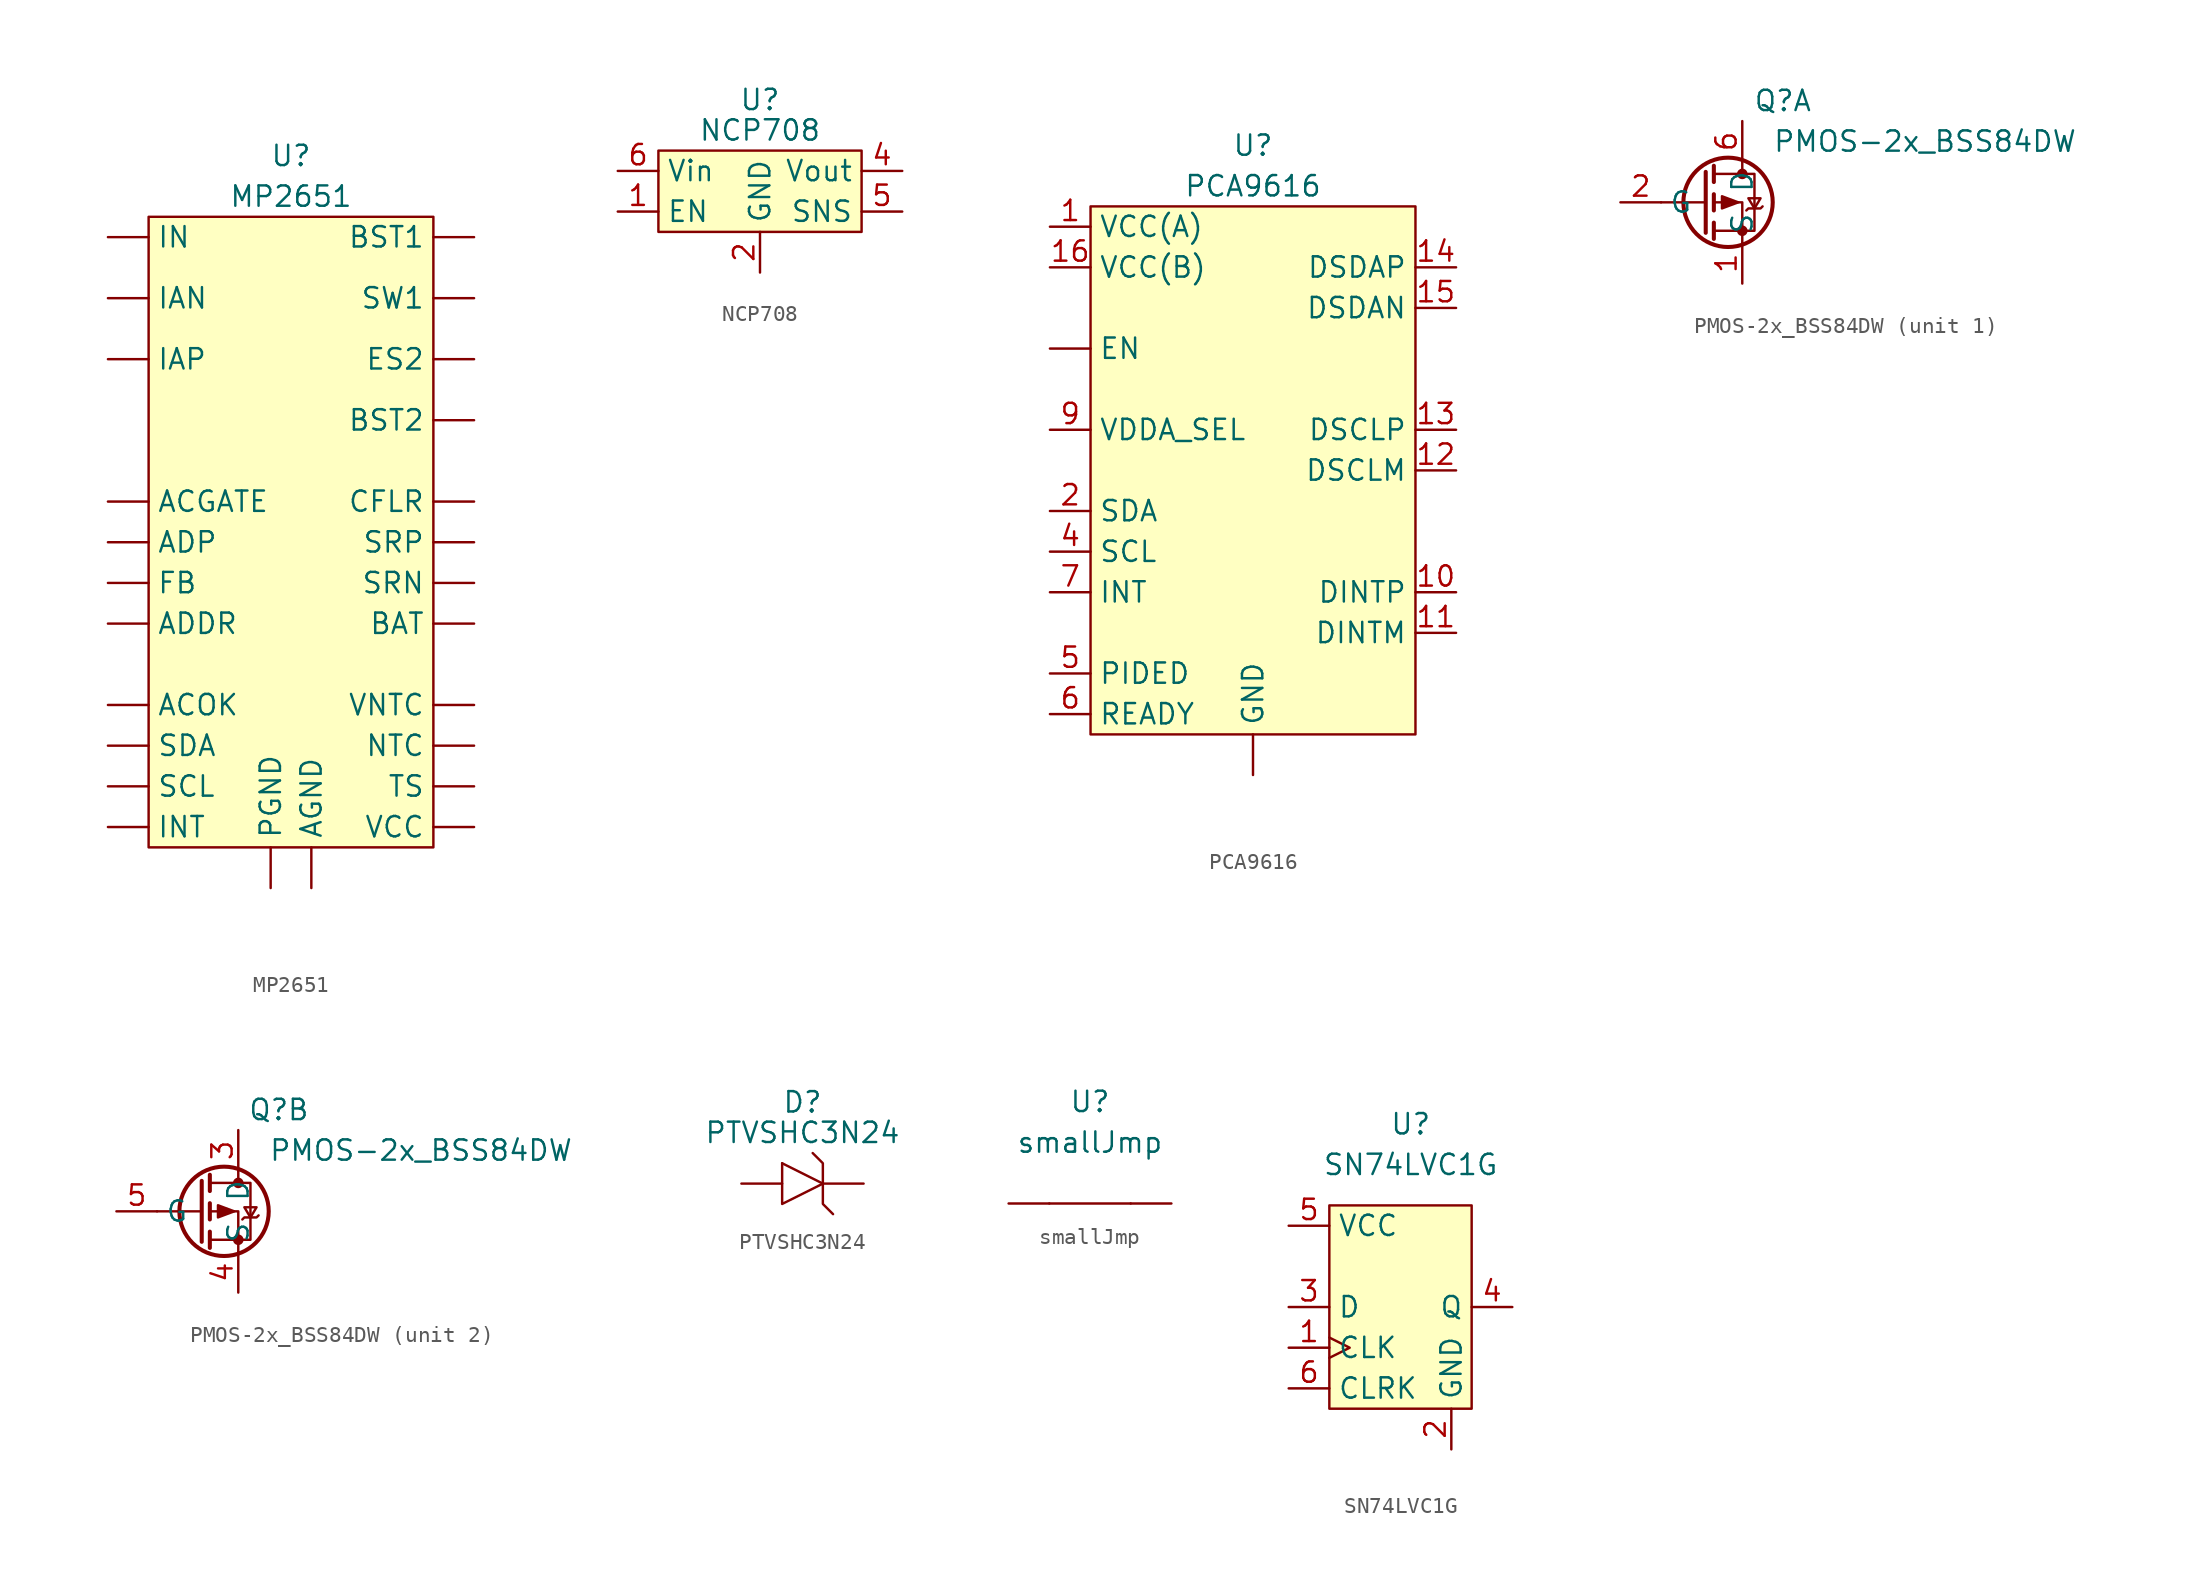
<source format=kicad_sym>
(kicad_symbol_lib
  (version 20211014)
  (generator kicad_symbol_editor)
  (symbol "MP2651"
    (property "Reference" "U"
      (at 0 5.08 0)
      (effects (font (size 1.27 1.27))))
    (property "Value" "MP2651"
      (at 0 2.54 0)
      (effects (font (size 1.27 1.27))))
    (symbol "MP2651_0_1"
      (rectangle (start -8.89 1.27) (end 8.89 -38.1) (stroke (width 0) (type default) (color 0 0 0 0)) (fill (type background))))
    (symbol "MP2651_1_1"
      (pin output line (at -11.43 -16.51 0) (length 2.54) (name "ACGATE" (effects (font (size 1.27 1.27)))) (number "" (effects (font (size 1.27 1.27)))))
      (pin bidirectional line (at -11.43 -29.21 0) (length 2.54) (name "ACOK" (effects (font (size 1.27 1.27)))) (number "" (effects (font (size 1.27 1.27)))))
      (pin input line (at -11.43 -24.13 0) (length 2.54) (name "ADDR" (effects (font (size 1.27 1.27)))) (number "" (effects (font (size 1.27 1.27)))))
      (pin input line (at -11.43 -19.05 0) (length 2.54) (name "ADP" (effects (font (size 1.27 1.27)))) (number "" (effects (font (size 1.27 1.27)))))
      (pin power_in line (at 1.27 -40.64 90) (length 2.54) (name "AGND" (effects (font (size 1.27 1.27)))) (number "" (effects (font (size 1.27 1.27)))))
      (pin input line (at 11.43 -24.13 180) (length 2.54) (name "BAT" (effects (font (size 1.27 1.27)))) (number "" (effects (font (size 1.27 1.27)))))
      (pin input line (at 11.43 0 180) (length 2.54) (name "BST1" (effects (font (size 1.27 1.27)))) (number "" (effects (font (size 1.27 1.27)))))
      (pin input line (at 11.43 -11.43 180) (length 2.54) (name "BST2" (effects (font (size 1.27 1.27)))) (number "" (effects (font (size 1.27 1.27)))))
      (pin power_out line (at 11.43 -16.51 180) (length 2.54) (name "CFLR" (effects (font (size 1.27 1.27)))) (number "" (effects (font (size 1.27 1.27)))))
      (pin bidirectional line (at 11.43 -7.62 180) (length 2.54) (name "ES2" (effects (font (size 1.27 1.27)))) (number "" (effects (font (size 1.27 1.27)))))
      (pin input line (at -11.43 -21.59 0) (length 2.54) (name "FB" (effects (font (size 1.27 1.27)))) (number "" (effects (font (size 1.27 1.27)))))
      (pin input line (at -11.43 -3.81 0) (length 2.54) (name "IAN" (effects (font (size 1.27 1.27)))) (number "" (effects (font (size 1.27 1.27)))))
      (pin input line (at -11.43 -7.62 0) (length 2.54) (name "IAP" (effects (font (size 1.27 1.27)))) (number "" (effects (font (size 1.27 1.27)))))
      (pin power_in line (at -11.43 0 0) (length 2.54) (name "IN" (effects (font (size 1.27 1.27)))) (number "" (effects (font (size 1.27 1.27)))))
      (pin output line (at -11.43 -36.83 0) (length 2.54) (name "INT" (effects (font (size 1.27 1.27)))) (number "" (effects (font (size 1.27 1.27)))))
      (pin input line (at 11.43 -31.75 180) (length 2.54) (name "NTC" (effects (font (size 1.27 1.27)))) (number "" (effects (font (size 1.27 1.27)))))
      (pin power_in line (at -1.27 -40.64 90) (length 2.54) (name "PGND" (effects (font (size 1.27 1.27)))) (number "" (effects (font (size 1.27 1.27)))))
      (pin input line (at -11.43 -34.29 0) (length 2.54) (name "SCL" (effects (font (size 1.27 1.27)))) (number "" (effects (font (size 1.27 1.27)))))
      (pin bidirectional line (at -11.43 -31.75 0) (length 2.54) (name "SDA" (effects (font (size 1.27 1.27)))) (number "" (effects (font (size 1.27 1.27)))))
      (pin input line (at 11.43 -21.59 180) (length 2.54) (name "SRN" (effects (font (size 1.27 1.27)))) (number "" (effects (font (size 1.27 1.27)))))
      (pin input line (at 11.43 -19.05 180) (length 2.54) (name "SRP" (effects (font (size 1.27 1.27)))) (number "" (effects (font (size 1.27 1.27)))))
      (pin bidirectional line (at 11.43 -3.81 180) (length 2.54) (name "SW1" (effects (font (size 1.27 1.27)))) (number "" (effects (font (size 1.27 1.27)))))
      (pin input line (at 11.43 -34.29 180) (length 2.54) (name "TS" (effects (font (size 1.27 1.27)))) (number "" (effects (font (size 1.27 1.27)))))
      (pin power_out line (at 11.43 -36.83 180) (length 2.54) (name "VCC" (effects (font (size 1.27 1.27)))) (number "" (effects (font (size 1.27 1.27)))))
      (pin input line (at 11.43 -29.21 180) (length 2.54) (name "VNTC" (effects (font (size 1.27 1.27)))) (number "" (effects (font (size 1.27 1.27)))))))
  (symbol "NCP708"
    (property "Reference" "U"
      (at 0 3.175 0)
      (effects (font (size 1.27 1.27))))
    (property "Value" "NCP708"
      (at 0 1.27 0)
      (effects (font (size 1.27 1.27))))
    (symbol "NCP708_0_1"
      (rectangle (start 6.35 -5.08) (end -6.35 0) (stroke (width 0) (type default) (color 0 0 0 0)) (fill (type background))))
    (symbol "NCP708_1_1"
      (pin input line (at -8.89 -3.81 0) (length 2.54) (name "EN" (effects (font (size 1.27 1.27)))) (number "1" (effects (font (size 1.27 1.27)))))
      (pin power_in line (at 0 -7.62 90) (length 2.54) (name "GND" (effects (font (size 1.27 1.27)))) (number "2" (effects (font (size 1.27 1.27)))))
      (pin power_out line (at 8.89 -1.27 180) (length 2.54) (name "Vout" (effects (font (size 1.27 1.27)))) (number "4" (effects (font (size 1.27 1.27)))))
      (pin input line (at 8.89 -3.81 180) (length 2.54) (name "SNS" (effects (font (size 1.27 1.27)))) (number "5" (effects (font (size 1.27 1.27)))))
      (pin power_in line (at -8.89 -1.27 0) (length 2.54) (name "Vin" (effects (font (size 1.27 1.27)))) (number "6" (effects (font (size 1.27 1.27)))))
      (pin power_in line (at 0 -7.62 90) (length 2.54) hide (name "GND" (effects (font (size 1.27 1.27)))) (number "7" (effects (font (size 1.27 1.27)))))))
  (symbol "PCA9616"
    (property "Reference" "U"
      (at 0 5.08 0)
      (effects (font (size 1.27 1.27))))
    (property "Value" "PCA9616"
      (at 0 2.54 0)
      (effects (font (size 1.27 1.27))))
    (symbol "PCA9616_0_1"
      (rectangle (start -10.16 1.27) (end 10.16 -31.75) (stroke (width 0) (type default) (color 0 0 0 0)) (fill (type background))))
    (symbol "PCA9616_1_1"
      (pin power_in line (at -12.7 -7.62 0) (length 2.54) (name "EN" (effects (font (size 1.27 1.27)))) (number "" (effects (font (size 1.27 1.27)))))
      (pin power_in line (at 0 -34.29 90) (length 2.54) (name "GND" (effects (font (size 1.27 1.27)))) (number "" (effects (font (size 1.27 1.27)))))
      (pin power_in line (at -12.7 0 0) (length 2.54) (name "VCC(A)" (effects (font (size 1.27 1.27)))) (number "1" (effects (font (size 1.27 1.27)))))
      (pin bidirectional line (at 12.7 -22.86 180) (length 2.54) (name "DINTP" (effects (font (size 1.27 1.27)))) (number "10" (effects (font (size 1.27 1.27)))))
      (pin bidirectional line (at 12.7 -25.4 180) (length 2.54) (name "DINTM" (effects (font (size 1.27 1.27)))) (number "11" (effects (font (size 1.27 1.27)))))
      (pin bidirectional line (at 12.7 -15.24 180) (length 2.54) (name "DSCLM" (effects (font (size 1.27 1.27)))) (number "12" (effects (font (size 1.27 1.27)))))
      (pin bidirectional line (at 12.7 -12.7 180) (length 2.54) (name "DSCLP" (effects (font (size 1.27 1.27)))) (number "13" (effects (font (size 1.27 1.27)))))
      (pin bidirectional line (at 12.7 -2.54 180) (length 2.54) (name "DSDAP" (effects (font (size 1.27 1.27)))) (number "14" (effects (font (size 1.27 1.27)))))
      (pin bidirectional line (at 12.7 -5.08 180) (length 2.54) (name "DSDAN" (effects (font (size 1.27 1.27)))) (number "15" (effects (font (size 1.27 1.27)))))
      (pin power_in line (at -12.7 -2.54 0) (length 2.54) (name "VCC(B)" (effects (font (size 1.27 1.27)))) (number "16" (effects (font (size 1.27 1.27)))))
      (pin bidirectional line (at -12.7 -17.78 0) (length 2.54) (name "SDA" (effects (font (size 1.27 1.27)))) (number "2" (effects (font (size 1.27 1.27)))))
      (pin bidirectional line (at -12.7 -20.32 0) (length 2.54) (name "SCL" (effects (font (size 1.27 1.27)))) (number "4" (effects (font (size 1.27 1.27)))))
      (pin open_collector line (at -12.7 -27.94 0) (length 2.54) (name "PIDED" (effects (font (size 1.27 1.27)))) (number "5" (effects (font (size 1.27 1.27)))))
      (pin open_collector line (at -12.7 -30.48 0) (length 2.54) (name "READY" (effects (font (size 1.27 1.27)))) (number "6" (effects (font (size 1.27 1.27)))))
      (pin bidirectional line (at -12.7 -22.86 0) (length 2.54) (name "INT" (effects (font (size 1.27 1.27)))) (number "7" (effects (font (size 1.27 1.27)))))
      (pin input line (at -12.7 -12.7 0) (length 2.54) (name "VDDA_SEL" (effects (font (size 1.27 1.27)))) (number "9" (effects (font (size 1.27 1.27)))))))
  (symbol "PMOS-2x_BSS84DW"
    (property "Reference" "Q"
      (at 2.54 6.35 0)
      (effects (font (size 1.27 1.27))))
    (property "Value" "PMOS-2x_BSS84DW"
      (at 11.43 3.81 0)
      (effects (font (size 1.27 1.27))))
    (symbol "PMOS-2x_BSS84DW_0_1"
      (circle (center -0.889 0) (radius 2.794) (stroke (width 0.254) (type default) (color 0 0 0 0)) (fill (type none)))
      (circle (center 0 -1.778) (radius 0.254) (stroke (width 0) (type default) (color 0 0 0 0)) (fill (type outline)))
      (polyline (pts (xy -2.286 0) (xy -5.08 0)) (stroke (width 0) (type default) (color 0 0 0 0)) (fill (type none)))
      (polyline (pts (xy -2.286 1.905) (xy -2.286 -1.905)) (stroke (width 0.254) (type default) (color 0 0 0 0)) (fill (type none)))
      (polyline (pts (xy -1.778 -1.27) (xy -1.778 -2.286)) (stroke (width 0.254) (type default) (color 0 0 0 0)) (fill (type none)))
      (polyline (pts (xy -1.778 0.508) (xy -1.778 -0.508)) (stroke (width 0.254) (type default) (color 0 0 0 0)) (fill (type none)))
      (polyline (pts (xy -1.778 2.286) (xy -1.778 1.27)) (stroke (width 0.254) (type default) (color 0 0 0 0)) (fill (type none)))
      (polyline (pts (xy 0 2.54) (xy 0 1.778)) (stroke (width 0) (type default) (color 0 0 0 0)) (fill (type none)))
      (polyline (pts (xy 0 -2.54) (xy 0 0) (xy -1.778 0)) (stroke (width 0) (type default) (color 0 0 0 0)) (fill (type none)))
      (polyline (pts (xy -1.778 1.778) (xy 0.762 1.778) (xy 0.762 -1.778) (xy -1.778 -1.778)) (stroke (width 0) (type default) (color 0 0 0 0)) (fill (type none)))
      (polyline (pts (xy -0.254 0) (xy -1.27 0.381) (xy -1.27 -0.381) (xy -0.254 0)) (stroke (width 0) (type default) (color 0 0 0 0)) (fill (type outline)))
      (polyline (pts (xy 0.254 -0.508) (xy 0.381 -0.381) (xy 1.143 -0.381) (xy 1.27 -0.254)) (stroke (width 0) (type default) (color 0 0 0 0)) (fill (type none)))
      (polyline (pts (xy 0.762 -0.381) (xy 0.381 0.254) (xy 1.143 0.254) (xy 0.762 -0.381)) (stroke (width 0) (type default) (color 0 0 0 0)) (fill (type none)))
      (circle (center 0 1.778) (radius 0.254) (stroke (width 0) (type default) (color 0 0 0 0)) (fill (type outline))))
    (symbol "PMOS-2x_BSS84DW_1_1"
      (pin passive line (at 0 -5.08 90) (length 2.54) (name "S" (effects (font (size 1.27 1.27)))) (number "1" (effects (font (size 1.27 1.27)))))
      (pin input line (at -7.62 0 0) (length 2.54) (name "G" (effects (font (size 1.27 1.27)))) (number "2" (effects (font (size 1.27 1.27)))))
      (pin passive line (at 0 5.08 270) (length 2.54) (name "D" (effects (font (size 1.27 1.27)))) (number "6" (effects (font (size 1.27 1.27))))))
    (symbol "PMOS-2x_BSS84DW_2_1"
      (pin passive line (at 0 5.08 270) (length 2.54) (name "D" (effects (font (size 1.27 1.27)))) (number "3" (effects (font (size 1.27 1.27)))))
      (pin passive line (at 0 -5.08 90) (length 2.54) (name "S" (effects (font (size 1.27 1.27)))) (number "4" (effects (font (size 1.27 1.27)))))
      (pin input line (at -7.62 0 0) (length 2.54) (name "G" (effects (font (size 1.27 1.27)))) (number "5" (effects (font (size 1.27 1.27)))))))
  (symbol "PTVSHC3N24"
    (pin_numbers hide)
    (pin_names hide)
    (property "Reference" "D"
      (at 0 5.08 0)
      (effects (font (size 1.27 1.27))))
    (property "Value" "PTVSHC3N24"
      (at 0 3.175 0)
      (effects (font (size 1.27 1.27))))
    (symbol "PTVSHC3N24_0_1"
      (polyline (pts (xy -1.27 1.27) (xy 1.27 0)) (stroke (width 0) (type default) (color 0 0 0 0)) (fill (type none)))
      (polyline (pts (xy -1.27 1.27) (xy -1.27 -1.27) (xy 1.27 0)) (stroke (width 0) (type default) (color 0 0 0 0)) (fill (type none)))
      (polyline (pts (xy 0.635 1.905) (xy 1.27 1.27) (xy 1.27 -1.27) (xy 1.905 -1.905)) (stroke (width 0) (type default) (color 0 0 0 0)) (fill (type none))))
    (symbol "PTVSHC3N24_1_1"
      (pin passive line (at -3.81 0 0) (length 2.54) hide (name "A" (effects (font (size 1.27 1.27)))) (number "1" (effects (font (size 1.27 1.27)))))
      (pin passive line (at -3.81 0 0) (length 2.54) (name "A" (effects (font (size 1.27 1.27)))) (number "2" (effects (font (size 1.27 1.27)))))
      (pin passive line (at 3.81 0 180) (length 2.54) (name "K" (effects (font (size 1.27 1.27)))) (number "3" (effects (font (size 1.27 1.27)))))))
  (symbol "smallJmp"
    (pin_numbers hide)
    (pin_names hide)
    (property "Reference" "U"
      (at 0 6.35 0)
      (effects (font (size 1.27 1.27))))
    (property "Value" "smallJmp"
      (at 0 3.81 0)
      (effects (font (size 1.27 1.27))))
    (symbol "smallJmp_0_1"
      (polyline (pts (xy -2.54 0) (xy 2.54 0)) (stroke (width 0) (type default) (color 0 0 0 0)) (fill (type none))))
    (symbol "smallJmp_1_1"
      (pin passive line (at -5.08 0 0) (length 2.54) (name "1" (effects (font (size 1.27 1.27)))) (number "1" (effects (font (size 1.27 1.27)))))
      (pin passive line (at 5.08 0 180) (length 2.54) (name "2" (effects (font (size 1.27 1.27)))) (number "2" (effects (font (size 1.27 1.27)))))))
  (symbol "SN74LVC1G"
    (property "Reference" "U"
      (at 0 6.35 0)
      (effects (font (size 1.27 1.27))))
    (property "Value" "SN74LVC1G"
      (at 0 3.81 0)
      (effects (font (size 1.27 1.27))))
    (symbol "SN74LVC1G_0_1"
      (rectangle (start -5.08 1.27) (end 3.81 -11.43) (stroke (width 0) (type default) (color 0 0 0 0)) (fill (type background))))
    (symbol "SN74LVC1G_1_1"
      (pin input clock (at -7.62 -7.62 0) (length 2.54) (name "CLK" (effects (font (size 1.27 1.27)))) (number "1" (effects (font (size 1.27 1.27)))))
      (pin input line (at 2.54 -13.97 90) (length 2.54) (name "GND" (effects (font (size 1.27 1.27)))) (number "2" (effects (font (size 1.27 1.27)))))
      (pin input line (at -7.62 -5.08 0) (length 2.54) (name "D" (effects (font (size 1.27 1.27)))) (number "3" (effects (font (size 1.27 1.27)))))
      (pin input line (at 6.35 -5.08 180) (length 2.54) (name "Q" (effects (font (size 1.27 1.27)))) (number "4" (effects (font (size 1.27 1.27)))))
      (pin power_in line (at -7.62 0 0) (length 2.54) (name "VCC" (effects (font (size 1.27 1.27)))) (number "5" (effects (font (size 1.27 1.27)))))
      (pin input line (at -7.62 -10.16 0) (length 2.54) (name "CLRK" (effects (font (size 1.27 1.27)))) (number "6" (effects (font (size 1.27 1.27))))))))
</source>
